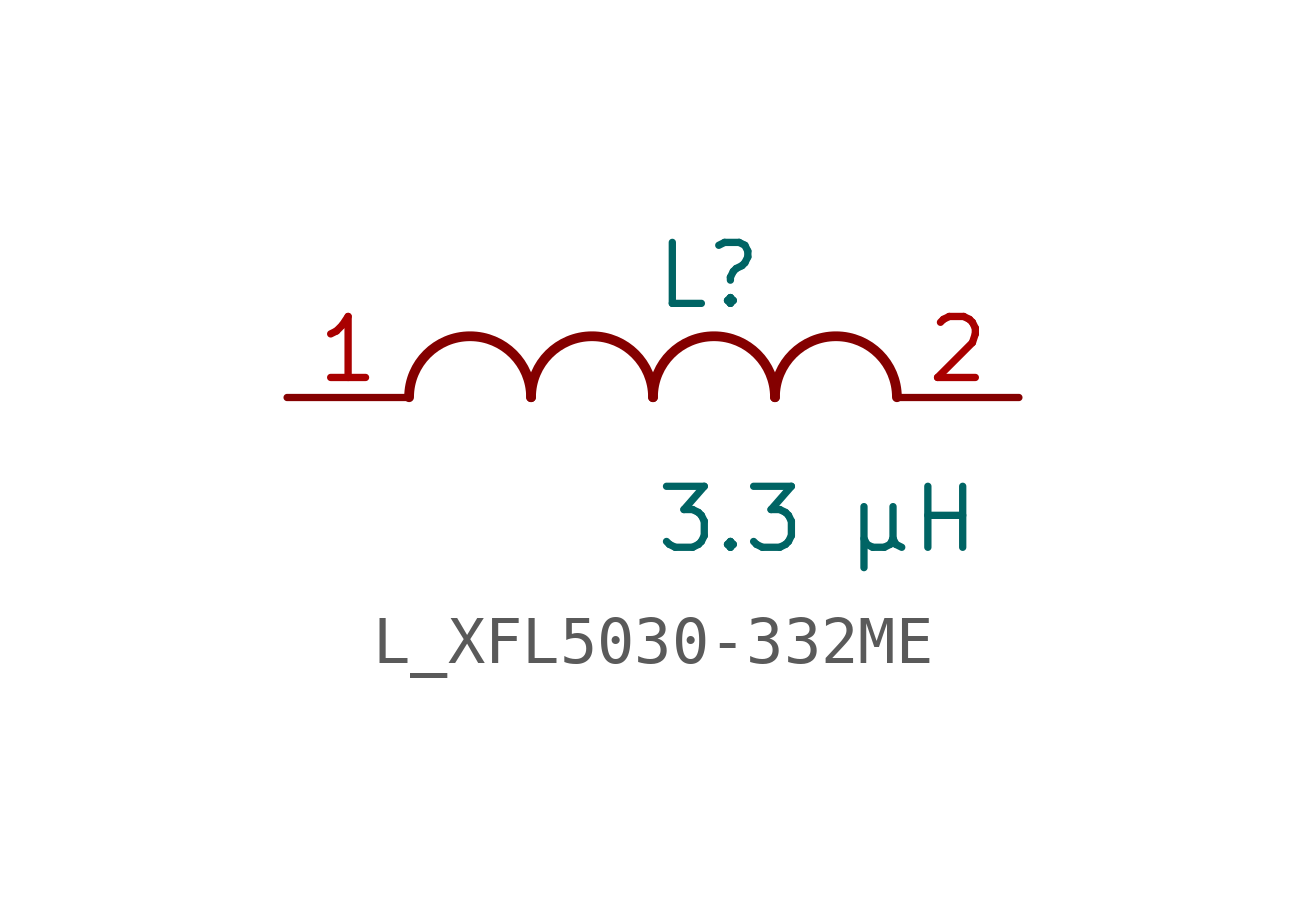
<source format=kicad_sym>
(kicad_symbol_lib
  (version 20231120)
  (generator kicad_symbol_editor)
  (generator_version 8.0)
  (symbol "L_XFL5030-332ME"
    (pin_names
      (offset 0.254))
    (property "Reference" "L"
      (at 0 2.54 0)
      (effects (font (size 1.27 1.27)) (justify left)))
    (property "Value" "3.3 µH"
      (at 0 -2.54 0)
      (effects (font (size 1.27 1.27)) (justify left)))
    (symbol "L_XFL5030-332ME_1_1"
      (arc (start -2.54 0.0056) (mid -3.81 1.27) (end -5.08 0.0056) (stroke (width 0.2032) (type default)) (fill (type none)))
      (arc (start 0 0.0056) (mid -1.27 1.27) (end -2.54 0.0056) (stroke (width 0.2032) (type default)) (fill (type none)))
      (arc (start 2.54 0.0056) (mid 1.27 1.27) (end 0 0.0056) (stroke (width 0.2032) (type default)) (fill (type none)))
      (arc (start 5.08 0.0056) (mid 3.81 1.27) (end 2.54 0.0056) (stroke (width 0.2032) (type default)) (fill (type none)))
      (pin unspecified line (at -7.62 0 0) (length 2.54) (name "" (effects (font (size 1.27 1.27)))) (number "1" (effects (font (size 1.27 1.27)))))
      (pin unspecified line (at 7.62 0 180) (length 2.54) (name "" (effects (font (size 1.27 1.27)))) (number "2" (effects (font (size 1.27 1.27))))))))
</source>
